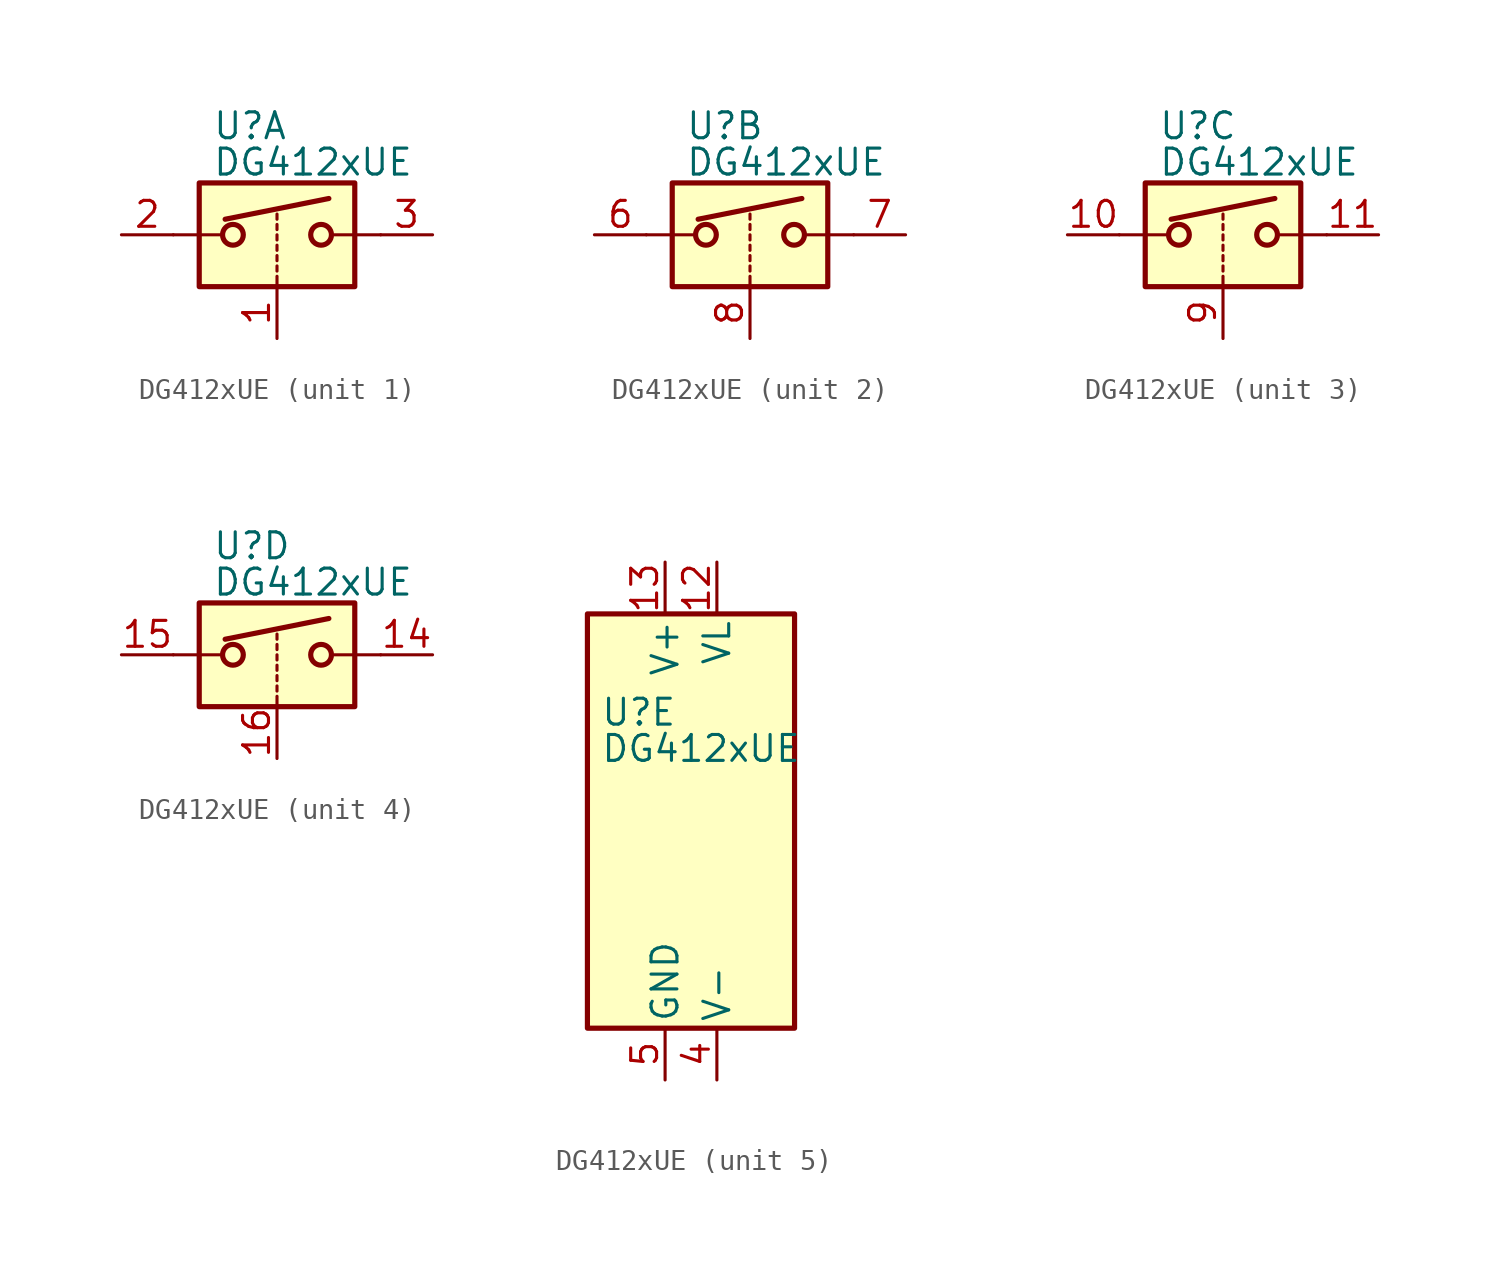
<source format=kicad_sym>
(kicad_symbol_lib
  (version 20201005)
  (generator kicad_symbol_editor)
  (symbol "Analog_Switch:DG412xUE"
    (pin_names
      (offset 0.254))
    (property "Reference" "U"
      (at -3.175 5.334 0)
      (effects (font (size 1.27 1.27)) (justify left)))
    (property "Value" "DG412xUE"
      (at -3.175 3.556 0)
      (effects (font (size 1.27 1.27)) (justify left)))
    (symbol "DG412xUE_1_1"
      (circle (center -2.159 0) (radius 0.508) (stroke (width 0.254)) (fill (type none)))
      (circle (center 2.159 0) (radius 0.508) (stroke (width 0.254)) (fill (type none)))
      (rectangle (start -3.81 2.54) (end 3.81 -2.54) (stroke (width 0.254)) (fill (type background)))
      (polyline (pts (xy -5.08 0) (xy -2.794 0)) (stroke (width 0)) (fill (type none)))
      (polyline (pts (xy -2.54 0.762) (xy 2.54 1.778)) (stroke (width 0.254)) (fill (type none)))
      (polyline (pts (xy 0 -2.54) (xy 0 -2.032)) (stroke (width 0)) (fill (type none)))
      (polyline (pts (xy 0 -1.778) (xy 0 -1.524)) (stroke (width 0)) (fill (type none)))
      (polyline (pts (xy 0 -1.27) (xy 0 -1.016)) (stroke (width 0)) (fill (type none)))
      (polyline (pts (xy 0 -0.762) (xy 0 -0.508)) (stroke (width 0)) (fill (type none)))
      (polyline (pts (xy 0 -0.254) (xy 0 0)) (stroke (width 0)) (fill (type none)))
      (polyline (pts (xy 0 0.254) (xy 0 0.508)) (stroke (width 0)) (fill (type none)))
      (polyline (pts (xy 0 0.762) (xy 0 1.016)) (stroke (width 0)) (fill (type none)))
      (polyline (pts (xy 5.08 0) (xy 2.794 0)) (stroke (width 0)) (fill (type none)))
      (pin input line (at 0 -5.08 90) (length 2.54) (name "~" (effects (font (size 1.27 1.27)))) (number "1" (effects (font (size 1.27 1.27)))))
      (pin passive line (at -7.62 0 0) (length 2.54) (name "~" (effects (font (size 1.27 1.27)))) (number "2" (effects (font (size 1.27 1.27)))))
      (pin passive line (at 7.62 0 180) (length 2.54) (name "~" (effects (font (size 1.27 1.27)))) (number "3" (effects (font (size 1.27 1.27))))))
    (symbol "DG412xUE_2_1"
      (circle (center -2.159 0) (radius 0.508) (stroke (width 0.254)) (fill (type none)))
      (circle (center 2.159 0) (radius 0.508) (stroke (width 0.254)) (fill (type none)))
      (rectangle (start -3.81 2.54) (end 3.81 -2.54) (stroke (width 0.254)) (fill (type background)))
      (polyline (pts (xy -5.08 0) (xy -2.794 0)) (stroke (width 0)) (fill (type none)))
      (polyline (pts (xy -2.54 0.762) (xy 2.54 1.778)) (stroke (width 0.254)) (fill (type none)))
      (polyline (pts (xy 0 -2.54) (xy 0 -2.032)) (stroke (width 0)) (fill (type none)))
      (polyline (pts (xy 0 -1.778) (xy 0 -1.524)) (stroke (width 0)) (fill (type none)))
      (polyline (pts (xy 0 -1.27) (xy 0 -1.016)) (stroke (width 0)) (fill (type none)))
      (polyline (pts (xy 0 -0.762) (xy 0 -0.508)) (stroke (width 0)) (fill (type none)))
      (polyline (pts (xy 0 -0.254) (xy 0 0)) (stroke (width 0)) (fill (type none)))
      (polyline (pts (xy 0 0.254) (xy 0 0.508)) (stroke (width 0)) (fill (type none)))
      (polyline (pts (xy 0 0.762) (xy 0 1.016)) (stroke (width 0)) (fill (type none)))
      (polyline (pts (xy 5.08 0) (xy 2.794 0)) (stroke (width 0)) (fill (type none)))
      (pin passive line (at -7.62 0 0) (length 2.54) (name "~" (effects (font (size 1.27 1.27)))) (number "6" (effects (font (size 1.27 1.27)))))
      (pin passive line (at 7.62 0 180) (length 2.54) (name "~" (effects (font (size 1.27 1.27)))) (number "7" (effects (font (size 1.27 1.27)))))
      (pin input line (at 0 -5.08 90) (length 2.54) (name "~" (effects (font (size 1.27 1.27)))) (number "8" (effects (font (size 1.27 1.27))))))
    (symbol "DG412xUE_3_1"
      (circle (center -2.159 0) (radius 0.508) (stroke (width 0.254)) (fill (type none)))
      (circle (center 2.159 0) (radius 0.508) (stroke (width 0.254)) (fill (type none)))
      (rectangle (start -3.81 2.54) (end 3.81 -2.54) (stroke (width 0.254)) (fill (type background)))
      (polyline (pts (xy -5.08 0) (xy -2.794 0)) (stroke (width 0)) (fill (type none)))
      (polyline (pts (xy -2.54 0.762) (xy 2.54 1.778)) (stroke (width 0.254)) (fill (type none)))
      (polyline (pts (xy 0 -2.54) (xy 0 -2.032)) (stroke (width 0)) (fill (type none)))
      (polyline (pts (xy 0 -1.778) (xy 0 -1.524)) (stroke (width 0)) (fill (type none)))
      (polyline (pts (xy 0 -1.27) (xy 0 -1.016)) (stroke (width 0)) (fill (type none)))
      (polyline (pts (xy 0 -0.762) (xy 0 -0.508)) (stroke (width 0)) (fill (type none)))
      (polyline (pts (xy 0 -0.254) (xy 0 0)) (stroke (width 0)) (fill (type none)))
      (polyline (pts (xy 0 0.254) (xy 0 0.508)) (stroke (width 0)) (fill (type none)))
      (polyline (pts (xy 0 0.762) (xy 0 1.016)) (stroke (width 0)) (fill (type none)))
      (polyline (pts (xy 5.08 0) (xy 2.794 0)) (stroke (width 0)) (fill (type none)))
      (pin passive line (at -7.62 0 0) (length 2.54) (name "~" (effects (font (size 1.27 1.27)))) (number "10" (effects (font (size 1.27 1.27)))))
      (pin passive line (at 7.62 0 180) (length 2.54) (name "~" (effects (font (size 1.27 1.27)))) (number "11" (effects (font (size 1.27 1.27)))))
      (pin input line (at 0 -5.08 90) (length 2.54) (name "~" (effects (font (size 1.27 1.27)))) (number "9" (effects (font (size 1.27 1.27))))))
    (symbol "DG412xUE_4_1"
      (circle (center -2.159 0) (radius 0.508) (stroke (width 0.254)) (fill (type none)))
      (circle (center 2.159 0) (radius 0.508) (stroke (width 0.254)) (fill (type none)))
      (rectangle (start -3.81 2.54) (end 3.81 -2.54) (stroke (width 0.254)) (fill (type background)))
      (polyline (pts (xy -5.08 0) (xy -2.794 0)) (stroke (width 0)) (fill (type none)))
      (polyline (pts (xy -2.54 0.762) (xy 2.54 1.778)) (stroke (width 0.254)) (fill (type none)))
      (polyline (pts (xy 0 -2.54) (xy 0 -2.032)) (stroke (width 0)) (fill (type none)))
      (polyline (pts (xy 0 -1.778) (xy 0 -1.524)) (stroke (width 0)) (fill (type none)))
      (polyline (pts (xy 0 -1.27) (xy 0 -1.016)) (stroke (width 0)) (fill (type none)))
      (polyline (pts (xy 0 -0.762) (xy 0 -0.508)) (stroke (width 0)) (fill (type none)))
      (polyline (pts (xy 0 -0.254) (xy 0 0)) (stroke (width 0)) (fill (type none)))
      (polyline (pts (xy 0 0.254) (xy 0 0.508)) (stroke (width 0)) (fill (type none)))
      (polyline (pts (xy 0 0.762) (xy 0 1.016)) (stroke (width 0)) (fill (type none)))
      (polyline (pts (xy 5.08 0) (xy 2.794 0)) (stroke (width 0)) (fill (type none)))
      (pin passive line (at 7.62 0 180) (length 2.54) (name "~" (effects (font (size 1.27 1.27)))) (number "14" (effects (font (size 1.27 1.27)))))
      (pin passive line (at -7.62 0 0) (length 2.54) (name "~" (effects (font (size 1.27 1.27)))) (number "15" (effects (font (size 1.27 1.27)))))
      (pin input line (at 0 -5.08 90) (length 2.54) (name "~" (effects (font (size 1.27 1.27)))) (number "16" (effects (font (size 1.27 1.27))))))
    (symbol "DG412xUE_5_0"
      (pin power_in line (at 2.54 12.7 270) (length 2.54) (name "VL" (effects (font (size 1.27 1.27)))) (number "12" (effects (font (size 1.27 1.27)))))
      (pin power_in line (at 0 12.7 270) (length 2.54) (name "V+" (effects (font (size 1.27 1.27)))) (number "13" (effects (font (size 1.27 1.27)))))
      (pin power_in line (at 2.54 -12.7 90) (length 2.54) (name "V-" (effects (font (size 1.27 1.27)))) (number "4" (effects (font (size 1.27 1.27)))))
      (pin power_in line (at 0 -12.7 90) (length 2.54) (name "GND" (effects (font (size 1.27 1.27)))) (number "5" (effects (font (size 1.27 1.27))))))
    (symbol "DG412xUE_5_1"
      (rectangle (start -3.81 10.16) (end 6.35 -10.16) (stroke (width 0.254)) (fill (type background))))))
</source>
